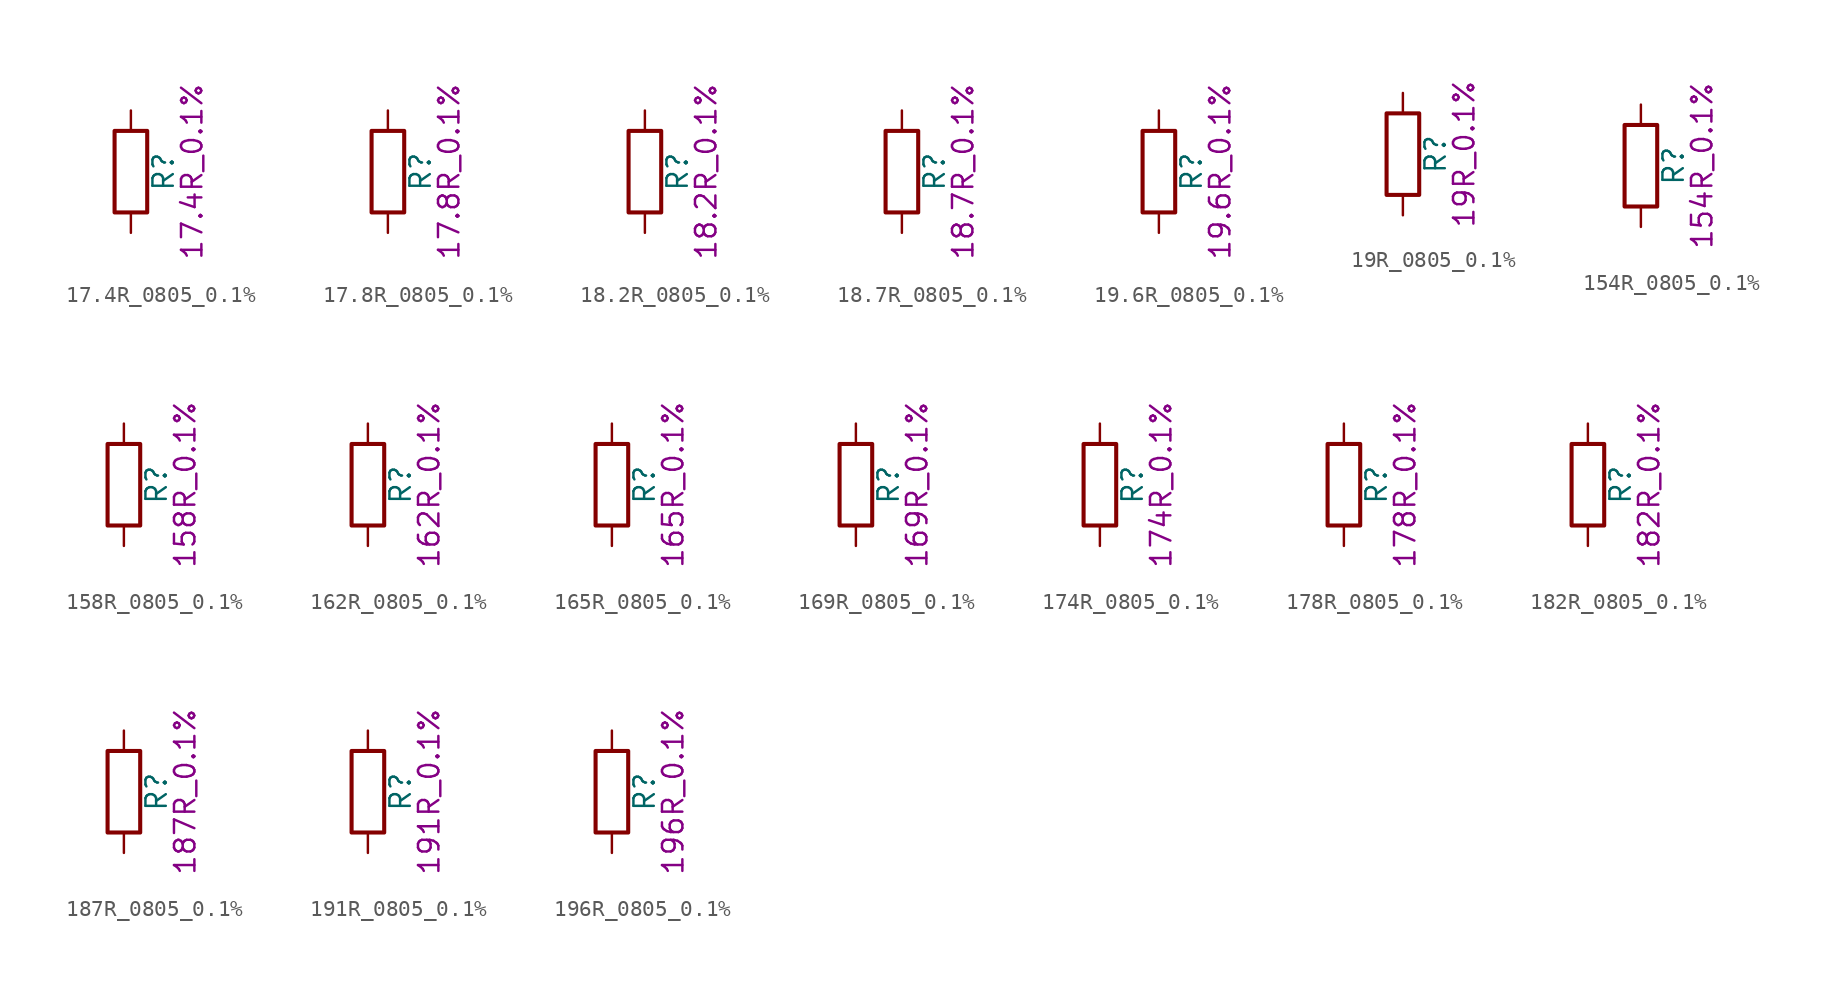
<source format=kicad_sym>
(kicad_symbol_lib
  (version 20211014)
  (generator kicad_symbol_editor)
  (symbol "17.4R_0805_0.1%"
    (pin_numbers hide)
    (pin_names
      (offset 0))
    (property "Reference" "R"
      (at 2.032 0 90)
      (effects (font (size 1.27 1.27))))
    (property "Display" "17.4R_0.1%"
      (at 3.81 0 90)
      (effects (font (size 1.27 1.27))))
    (symbol "17.4R_0805_0.1%_0_1"
      (rectangle (start -1.016 -2.54) (end 1.016 2.54) (stroke (width 0.254) (type default) (color 0 0 0 0)) (fill (type none))))
    (symbol "17.4R_0805_0.1%_1_1"
      (pin passive line (at 0 3.81 270) (length 1.27) (name "~" (effects (font (size 1.27 1.27)))) (number "1" (effects (font (size 1.27 1.27)))))
      (pin passive line (at 0 -3.81 90) (length 1.27) (name "~" (effects (font (size 1.27 1.27)))) (number "2" (effects (font (size 1.27 1.27)))))))
  (symbol "17.8R_0805_0.1%"
    (pin_numbers hide)
    (pin_names
      (offset 0))
    (property "Reference" "R"
      (at 2.032 0 90)
      (effects (font (size 1.27 1.27))))
    (property "Display" "17.8R_0.1%"
      (at 3.81 0 90)
      (effects (font (size 1.27 1.27))))
    (symbol "17.8R_0805_0.1%_0_1"
      (rectangle (start -1.016 -2.54) (end 1.016 2.54) (stroke (width 0.254) (type default) (color 0 0 0 0)) (fill (type none))))
    (symbol "17.8R_0805_0.1%_1_1"
      (pin passive line (at 0 3.81 270) (length 1.27) (name "~" (effects (font (size 1.27 1.27)))) (number "1" (effects (font (size 1.27 1.27)))))
      (pin passive line (at 0 -3.81 90) (length 1.27) (name "~" (effects (font (size 1.27 1.27)))) (number "2" (effects (font (size 1.27 1.27)))))))
  (symbol "18.2R_0805_0.1%"
    (pin_numbers hide)
    (pin_names
      (offset 0))
    (property "Reference" "R"
      (at 2.032 0 90)
      (effects (font (size 1.27 1.27))))
    (property "Display" "18.2R_0.1%"
      (at 3.81 0 90)
      (effects (font (size 1.27 1.27))))
    (symbol "18.2R_0805_0.1%_0_1"
      (rectangle (start -1.016 -2.54) (end 1.016 2.54) (stroke (width 0.254) (type default) (color 0 0 0 0)) (fill (type none))))
    (symbol "18.2R_0805_0.1%_1_1"
      (pin passive line (at 0 3.81 270) (length 1.27) (name "~" (effects (font (size 1.27 1.27)))) (number "1" (effects (font (size 1.27 1.27)))))
      (pin passive line (at 0 -3.81 90) (length 1.27) (name "~" (effects (font (size 1.27 1.27)))) (number "2" (effects (font (size 1.27 1.27)))))))
  (symbol "18.7R_0805_0.1%"
    (pin_numbers hide)
    (pin_names
      (offset 0))
    (property "Reference" "R"
      (at 2.032 0 90)
      (effects (font (size 1.27 1.27))))
    (property "Display" "18.7R_0.1%"
      (at 3.81 0 90)
      (effects (font (size 1.27 1.27))))
    (symbol "18.7R_0805_0.1%_0_1"
      (rectangle (start -1.016 -2.54) (end 1.016 2.54) (stroke (width 0.254) (type default) (color 0 0 0 0)) (fill (type none))))
    (symbol "18.7R_0805_0.1%_1_1"
      (pin passive line (at 0 3.81 270) (length 1.27) (name "~" (effects (font (size 1.27 1.27)))) (number "1" (effects (font (size 1.27 1.27)))))
      (pin passive line (at 0 -3.81 90) (length 1.27) (name "~" (effects (font (size 1.27 1.27)))) (number "2" (effects (font (size 1.27 1.27)))))))
  (symbol "19.6R_0805_0.1%"
    (pin_numbers hide)
    (pin_names
      (offset 0))
    (property "Reference" "R"
      (at 2.032 0 90)
      (effects (font (size 1.27 1.27))))
    (property "Display" "19.6R_0.1%"
      (at 3.81 0 90)
      (effects (font (size 1.27 1.27))))
    (symbol "19.6R_0805_0.1%_0_1"
      (rectangle (start -1.016 -2.54) (end 1.016 2.54) (stroke (width 0.254) (type default) (color 0 0 0 0)) (fill (type none))))
    (symbol "19.6R_0805_0.1%_1_1"
      (pin passive line (at 0 3.81 270) (length 1.27) (name "~" (effects (font (size 1.27 1.27)))) (number "1" (effects (font (size 1.27 1.27)))))
      (pin passive line (at 0 -3.81 90) (length 1.27) (name "~" (effects (font (size 1.27 1.27)))) (number "2" (effects (font (size 1.27 1.27)))))))
  (symbol "19R_0805_0.1%"
    (pin_numbers hide)
    (pin_names
      (offset 0))
    (property "Reference" "R"
      (at 2.032 0 90)
      (effects (font (size 1.27 1.27))))
    (property "Display" "19R_0.1%"
      (at 3.81 0 90)
      (effects (font (size 1.27 1.27))))
    (symbol "19R_0805_0.1%_0_1"
      (rectangle (start -1.016 -2.54) (end 1.016 2.54) (stroke (width 0.254) (type default) (color 0 0 0 0)) (fill (type none))))
    (symbol "19R_0805_0.1%_1_1"
      (pin passive line (at 0 3.81 270) (length 1.27) (name "~" (effects (font (size 1.27 1.27)))) (number "1" (effects (font (size 1.27 1.27)))))
      (pin passive line (at 0 -3.81 90) (length 1.27) (name "~" (effects (font (size 1.27 1.27)))) (number "2" (effects (font (size 1.27 1.27)))))))
  (symbol "154R_0805_0.1%"
    (pin_numbers hide)
    (pin_names
      (offset 0))
    (property "Reference" "R"
      (at 2.032 0 90)
      (effects (font (size 1.27 1.27))))
    (property "Display" "154R_0.1%"
      (at 3.81 0 90)
      (effects (font (size 1.27 1.27))))
    (symbol "154R_0805_0.1%_0_1"
      (rectangle (start -1.016 -2.54) (end 1.016 2.54) (stroke (width 0.254) (type default) (color 0 0 0 0)) (fill (type none))))
    (symbol "154R_0805_0.1%_1_1"
      (pin passive line (at 0 3.81 270) (length 1.27) (name "~" (effects (font (size 1.27 1.27)))) (number "1" (effects (font (size 1.27 1.27)))))
      (pin passive line (at 0 -3.81 90) (length 1.27) (name "~" (effects (font (size 1.27 1.27)))) (number "2" (effects (font (size 1.27 1.27)))))))
  (symbol "158R_0805_0.1%"
    (pin_numbers hide)
    (pin_names
      (offset 0))
    (property "Reference" "R"
      (at 2.032 0 90)
      (effects (font (size 1.27 1.27))))
    (property "Display" "158R_0.1%"
      (at 3.81 0 90)
      (effects (font (size 1.27 1.27))))
    (symbol "158R_0805_0.1%_0_1"
      (rectangle (start -1.016 -2.54) (end 1.016 2.54) (stroke (width 0.254) (type default) (color 0 0 0 0)) (fill (type none))))
    (symbol "158R_0805_0.1%_1_1"
      (pin passive line (at 0 3.81 270) (length 1.27) (name "~" (effects (font (size 1.27 1.27)))) (number "1" (effects (font (size 1.27 1.27)))))
      (pin passive line (at 0 -3.81 90) (length 1.27) (name "~" (effects (font (size 1.27 1.27)))) (number "2" (effects (font (size 1.27 1.27)))))))
  (symbol "162R_0805_0.1%"
    (pin_numbers hide)
    (pin_names
      (offset 0))
    (property "Reference" "R"
      (at 2.032 0 90)
      (effects (font (size 1.27 1.27))))
    (property "Display" "162R_0.1%"
      (at 3.81 0 90)
      (effects (font (size 1.27 1.27))))
    (symbol "162R_0805_0.1%_0_1"
      (rectangle (start -1.016 -2.54) (end 1.016 2.54) (stroke (width 0.254) (type default) (color 0 0 0 0)) (fill (type none))))
    (symbol "162R_0805_0.1%_1_1"
      (pin passive line (at 0 3.81 270) (length 1.27) (name "~" (effects (font (size 1.27 1.27)))) (number "1" (effects (font (size 1.27 1.27)))))
      (pin passive line (at 0 -3.81 90) (length 1.27) (name "~" (effects (font (size 1.27 1.27)))) (number "2" (effects (font (size 1.27 1.27)))))))
  (symbol "165R_0805_0.1%"
    (pin_numbers hide)
    (pin_names
      (offset 0))
    (property "Reference" "R"
      (at 2.032 0 90)
      (effects (font (size 1.27 1.27))))
    (property "Display" "165R_0.1%"
      (at 3.81 0 90)
      (effects (font (size 1.27 1.27))))
    (symbol "165R_0805_0.1%_0_1"
      (rectangle (start -1.016 -2.54) (end 1.016 2.54) (stroke (width 0.254) (type default) (color 0 0 0 0)) (fill (type none))))
    (symbol "165R_0805_0.1%_1_1"
      (pin passive line (at 0 3.81 270) (length 1.27) (name "~" (effects (font (size 1.27 1.27)))) (number "1" (effects (font (size 1.27 1.27)))))
      (pin passive line (at 0 -3.81 90) (length 1.27) (name "~" (effects (font (size 1.27 1.27)))) (number "2" (effects (font (size 1.27 1.27)))))))
  (symbol "169R_0805_0.1%"
    (pin_numbers hide)
    (pin_names
      (offset 0))
    (property "Reference" "R"
      (at 2.032 0 90)
      (effects (font (size 1.27 1.27))))
    (property "Display" "169R_0.1%"
      (at 3.81 0 90)
      (effects (font (size 1.27 1.27))))
    (symbol "169R_0805_0.1%_0_1"
      (rectangle (start -1.016 -2.54) (end 1.016 2.54) (stroke (width 0.254) (type default) (color 0 0 0 0)) (fill (type none))))
    (symbol "169R_0805_0.1%_1_1"
      (pin passive line (at 0 3.81 270) (length 1.27) (name "~" (effects (font (size 1.27 1.27)))) (number "1" (effects (font (size 1.27 1.27)))))
      (pin passive line (at 0 -3.81 90) (length 1.27) (name "~" (effects (font (size 1.27 1.27)))) (number "2" (effects (font (size 1.27 1.27)))))))
  (symbol "174R_0805_0.1%"
    (pin_numbers hide)
    (pin_names
      (offset 0))
    (property "Reference" "R"
      (at 2.032 0 90)
      (effects (font (size 1.27 1.27))))
    (property "Display" "174R_0.1%"
      (at 3.81 0 90)
      (effects (font (size 1.27 1.27))))
    (symbol "174R_0805_0.1%_0_1"
      (rectangle (start -1.016 -2.54) (end 1.016 2.54) (stroke (width 0.254) (type default) (color 0 0 0 0)) (fill (type none))))
    (symbol "174R_0805_0.1%_1_1"
      (pin passive line (at 0 3.81 270) (length 1.27) (name "~" (effects (font (size 1.27 1.27)))) (number "1" (effects (font (size 1.27 1.27)))))
      (pin passive line (at 0 -3.81 90) (length 1.27) (name "~" (effects (font (size 1.27 1.27)))) (number "2" (effects (font (size 1.27 1.27)))))))
  (symbol "178R_0805_0.1%"
    (pin_numbers hide)
    (pin_names
      (offset 0))
    (property "Reference" "R"
      (at 2.032 0 90)
      (effects (font (size 1.27 1.27))))
    (property "Display" "178R_0.1%"
      (at 3.81 0 90)
      (effects (font (size 1.27 1.27))))
    (symbol "178R_0805_0.1%_0_1"
      (rectangle (start -1.016 -2.54) (end 1.016 2.54) (stroke (width 0.254) (type default) (color 0 0 0 0)) (fill (type none))))
    (symbol "178R_0805_0.1%_1_1"
      (pin passive line (at 0 3.81 270) (length 1.27) (name "~" (effects (font (size 1.27 1.27)))) (number "1" (effects (font (size 1.27 1.27)))))
      (pin passive line (at 0 -3.81 90) (length 1.27) (name "~" (effects (font (size 1.27 1.27)))) (number "2" (effects (font (size 1.27 1.27)))))))
  (symbol "182R_0805_0.1%"
    (pin_numbers hide)
    (pin_names
      (offset 0))
    (property "Reference" "R"
      (at 2.032 0 90)
      (effects (font (size 1.27 1.27))))
    (property "Display" "182R_0.1%"
      (at 3.81 0 90)
      (effects (font (size 1.27 1.27))))
    (symbol "182R_0805_0.1%_0_1"
      (rectangle (start -1.016 -2.54) (end 1.016 2.54) (stroke (width 0.254) (type default) (color 0 0 0 0)) (fill (type none))))
    (symbol "182R_0805_0.1%_1_1"
      (pin passive line (at 0 3.81 270) (length 1.27) (name "~" (effects (font (size 1.27 1.27)))) (number "1" (effects (font (size 1.27 1.27)))))
      (pin passive line (at 0 -3.81 90) (length 1.27) (name "~" (effects (font (size 1.27 1.27)))) (number "2" (effects (font (size 1.27 1.27)))))))
  (symbol "187R_0805_0.1%"
    (pin_numbers hide)
    (pin_names
      (offset 0))
    (property "Reference" "R"
      (at 2.032 0 90)
      (effects (font (size 1.27 1.27))))
    (property "Display" "187R_0.1%"
      (at 3.81 0 90)
      (effects (font (size 1.27 1.27))))
    (symbol "187R_0805_0.1%_0_1"
      (rectangle (start -1.016 -2.54) (end 1.016 2.54) (stroke (width 0.254) (type default) (color 0 0 0 0)) (fill (type none))))
    (symbol "187R_0805_0.1%_1_1"
      (pin passive line (at 0 3.81 270) (length 1.27) (name "~" (effects (font (size 1.27 1.27)))) (number "1" (effects (font (size 1.27 1.27)))))
      (pin passive line (at 0 -3.81 90) (length 1.27) (name "~" (effects (font (size 1.27 1.27)))) (number "2" (effects (font (size 1.27 1.27)))))))
  (symbol "191R_0805_0.1%"
    (pin_numbers hide)
    (pin_names
      (offset 0))
    (property "Reference" "R"
      (at 2.032 0 90)
      (effects (font (size 1.27 1.27))))
    (property "Display" "191R_0.1%"
      (at 3.81 0 90)
      (effects (font (size 1.27 1.27))))
    (symbol "191R_0805_0.1%_0_1"
      (rectangle (start -1.016 -2.54) (end 1.016 2.54) (stroke (width 0.254) (type default) (color 0 0 0 0)) (fill (type none))))
    (symbol "191R_0805_0.1%_1_1"
      (pin passive line (at 0 3.81 270) (length 1.27) (name "~" (effects (font (size 1.27 1.27)))) (number "1" (effects (font (size 1.27 1.27)))))
      (pin passive line (at 0 -3.81 90) (length 1.27) (name "~" (effects (font (size 1.27 1.27)))) (number "2" (effects (font (size 1.27 1.27)))))))
  (symbol "196R_0805_0.1%"
    (pin_numbers hide)
    (pin_names
      (offset 0))
    (property "Reference" "R"
      (at 2.032 0 90)
      (effects (font (size 1.27 1.27))))
    (property "Display" "196R_0.1%"
      (at 3.81 0 90)
      (effects (font (size 1.27 1.27))))
    (symbol "196R_0805_0.1%_0_1"
      (rectangle (start -1.016 -2.54) (end 1.016 2.54) (stroke (width 0.254) (type default) (color 0 0 0 0)) (fill (type none))))
    (symbol "196R_0805_0.1%_1_1"
      (pin passive line (at 0 3.81 270) (length 1.27) (name "~" (effects (font (size 1.27 1.27)))) (number "1" (effects (font (size 1.27 1.27)))))
      (pin passive line (at 0 -3.81 90) (length 1.27) (name "~" (effects (font (size 1.27 1.27)))) (number "2" (effects (font (size 1.27 1.27))))))))
</source>
